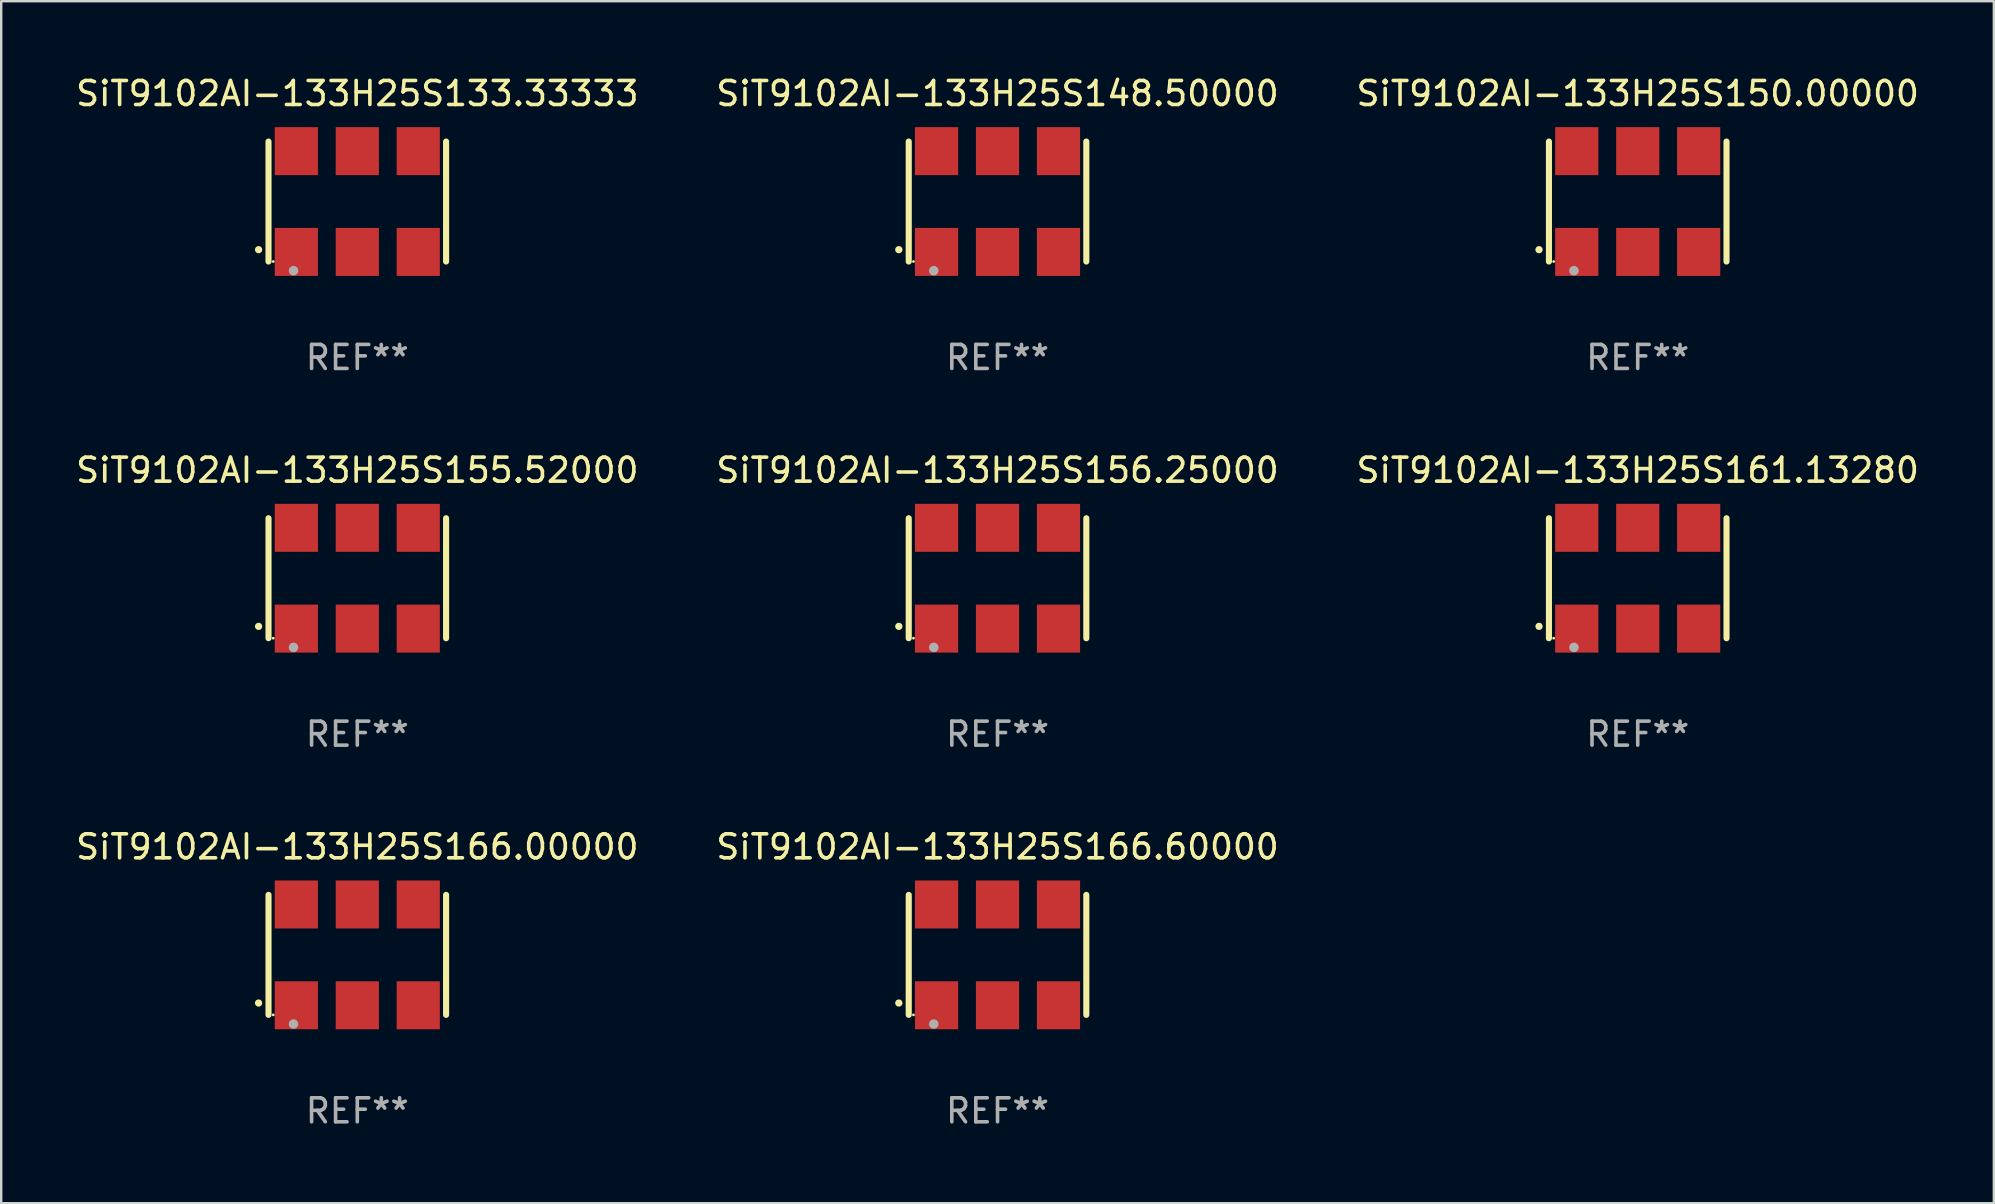
<source format=kicad_pcb>
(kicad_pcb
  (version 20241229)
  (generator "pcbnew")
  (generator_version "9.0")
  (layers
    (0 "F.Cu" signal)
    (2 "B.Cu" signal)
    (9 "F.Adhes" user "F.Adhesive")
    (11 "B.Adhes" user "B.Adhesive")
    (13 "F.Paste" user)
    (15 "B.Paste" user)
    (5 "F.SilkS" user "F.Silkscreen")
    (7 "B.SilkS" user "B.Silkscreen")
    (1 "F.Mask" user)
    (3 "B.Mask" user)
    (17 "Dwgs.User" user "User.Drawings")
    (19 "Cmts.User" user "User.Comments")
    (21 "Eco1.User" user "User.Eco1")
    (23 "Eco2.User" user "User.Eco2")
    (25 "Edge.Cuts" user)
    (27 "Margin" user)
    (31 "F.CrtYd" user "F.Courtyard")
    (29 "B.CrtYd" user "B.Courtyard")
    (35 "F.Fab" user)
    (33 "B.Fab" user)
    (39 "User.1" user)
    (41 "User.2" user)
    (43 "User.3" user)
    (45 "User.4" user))
  (footprint "SiT9102AI-133H25S133.33333"
    (layer "F.Cu")
    (at 11.839 5.348)
    (property "Reference" "SiT9102AI-133H25S133.33333" (at 0 -4.5 0) (layer "F.SilkS") (effects (font (size 1 1) (thickness 0.15))))
    (attr through_hole)
    (fp_line (start -3.7 -2.5) (end -3.7 2.5) (stroke (width 0.254) (type solid)) (layer "F.SilkS"))
    (fp_line (start 3.7 -2.5) (end 3.7 2.5) (stroke (width 0.254) (type solid)) (layer "F.SilkS"))
    (fp_arc (start -4.114415 2.006604) (mid -4.113145 2.006599) (end -4.111875 2.006604) (stroke (width 0.3) (type solid)) (layer "F.SilkS"))
    (fp_circle (center -3.502 2.5) (end -3.472 2.5) (stroke (width 0.06) (type solid)) (fill no) (layer "F.SilkS"))
    (fp_circle (center -2.657 2.882) (end -2.557 2.882) (stroke (width 0.2) (type solid)) (fill no) (layer "F.Fab"))
    (fp_text user "REF**" (at 0 6.5 0) (layer "F.Fab") (effects (font (size 1 1) (thickness 0.15))))
    (pad "1" smd rect (at -2.54 2.1) (size 1.8 2) (layers "F.Cu" "F.Mask" "F.Paste"))
    (pad "2" smd rect (at 0.000394 2.1) (size 1.8 2) (layers "F.Cu" "F.Mask" "F.Paste"))
    (pad "3" smd rect (at 2.54 2.1) (size 1.8 2) (layers "F.Cu" "F.Mask" "F.Paste"))
    (pad "4" smd rect (at 2.54 -2.1) (size 1.8 2) (layers "F.Cu" "F.Mask" "F.Paste"))
    (pad "5" smd rect (at 0.000394 -2.1) (size 1.8 2) (layers "F.Cu" "F.Mask" "F.Paste"))
    (pad "6" smd rect (at -2.54 -2.1) (size 1.8 2) (layers "F.Cu" "F.Mask" "F.Paste")))
  (footprint "SiT9102AI-133H25S166.00000"
    (layer "F.Cu")
    (at 11.839 36.741)
    (property "Reference" "SiT9102AI-133H25S166.00000" (at 0 -4.5 0) (layer "F.SilkS") (effects (font (size 1 1) (thickness 0.15))))
    (attr through_hole)
    (fp_line (start -3.7 -2.5) (end -3.7 2.5) (stroke (width 0.254) (type solid)) (layer "F.SilkS"))
    (fp_line (start 3.7 -2.5) (end 3.7 2.5) (stroke (width 0.254) (type solid)) (layer "F.SilkS"))
    (fp_arc (start -4.114415 2.006604) (mid -4.113145 2.006599) (end -4.111875 2.006604) (stroke (width 0.3) (type solid)) (layer "F.SilkS"))
    (fp_circle (center -3.502 2.5) (end -3.472 2.5) (stroke (width 0.06) (type solid)) (fill no) (layer "F.SilkS"))
    (fp_circle (center -2.657 2.882) (end -2.557 2.882) (stroke (width 0.2) (type solid)) (fill no) (layer "F.Fab"))
    (fp_text user "REF**" (at 0 6.5 0) (layer "F.Fab") (effects (font (size 1 1) (thickness 0.15))))
    (pad "1" smd rect (at -2.54 2.1) (size 1.8 2) (layers "F.Cu" "F.Mask" "F.Paste"))
    (pad "2" smd rect (at 0.000394 2.1) (size 1.8 2) (layers "F.Cu" "F.Mask" "F.Paste"))
    (pad "3" smd rect (at 2.54 2.1) (size 1.8 2) (layers "F.Cu" "F.Mask" "F.Paste"))
    (pad "4" smd rect (at 2.54 -2.1) (size 1.8 2) (layers "F.Cu" "F.Mask" "F.Paste"))
    (pad "5" smd rect (at 0.000394 -2.1) (size 1.8 2) (layers "F.Cu" "F.Mask" "F.Paste"))
    (pad "6" smd rect (at -2.54 -2.1) (size 1.8 2) (layers "F.Cu" "F.Mask" "F.Paste")))
  (footprint "SiT9102AI-133H25S148.50000"
    (layer "F.Cu")
    (at 38.518 5.348)
    (property "Reference" "SiT9102AI-133H25S148.50000" (at 0 -4.5 0) (layer "F.SilkS") (effects (font (size 1 1) (thickness 0.15))))
    (attr through_hole)
    (fp_line (start -3.7 -2.5) (end -3.7 2.5) (stroke (width 0.254) (type solid)) (layer "F.SilkS"))
    (fp_line (start 3.7 -2.5) (end 3.7 2.5) (stroke (width 0.254) (type solid)) (layer "F.SilkS"))
    (fp_arc (start -4.114415 2.006604) (mid -4.113145 2.006599) (end -4.111875 2.006604) (stroke (width 0.3) (type solid)) (layer "F.SilkS"))
    (fp_circle (center -3.502 2.5) (end -3.472 2.5) (stroke (width 0.06) (type solid)) (fill no) (layer "F.SilkS"))
    (fp_circle (center -2.657 2.882) (end -2.557 2.882) (stroke (width 0.2) (type solid)) (fill no) (layer "F.Fab"))
    (fp_text user "REF**" (at 0 6.5 0) (layer "F.Fab") (effects (font (size 1 1) (thickness 0.15))))
    (pad "1" smd rect (at -2.54 2.1) (size 1.8 2) (layers "F.Cu" "F.Mask" "F.Paste"))
    (pad "2" smd rect (at 0.000394 2.1) (size 1.8 2) (layers "F.Cu" "F.Mask" "F.Paste"))
    (pad "3" smd rect (at 2.54 2.1) (size 1.8 2) (layers "F.Cu" "F.Mask" "F.Paste"))
    (pad "4" smd rect (at 2.54 -2.1) (size 1.8 2) (layers "F.Cu" "F.Mask" "F.Paste"))
    (pad "5" smd rect (at 0.000394 -2.1) (size 1.8 2) (layers "F.Cu" "F.Mask" "F.Paste"))
    (pad "6" smd rect (at -2.54 -2.1) (size 1.8 2) (layers "F.Cu" "F.Mask" "F.Paste")))
  (footprint "SiT9102AI-133H25S150.00000"
    (layer "F.Cu")
    (at 65.196 5.348)
    (property "Reference" "SiT9102AI-133H25S150.00000" (at 0 -4.5 0) (layer "F.SilkS") (effects (font (size 1 1) (thickness 0.15))))
    (attr through_hole)
    (fp_line (start -3.7 -2.5) (end -3.7 2.5) (stroke (width 0.254) (type solid)) (layer "F.SilkS"))
    (fp_line (start 3.7 -2.5) (end 3.7 2.5) (stroke (width 0.254) (type solid)) (layer "F.SilkS"))
    (fp_arc (start -4.114415 2.006604) (mid -4.113145 2.006599) (end -4.111875 2.006604) (stroke (width 0.3) (type solid)) (layer "F.SilkS"))
    (fp_circle (center -3.502 2.5) (end -3.472 2.5) (stroke (width 0.06) (type solid)) (fill no) (layer "F.SilkS"))
    (fp_circle (center -2.657 2.882) (end -2.557 2.882) (stroke (width 0.2) (type solid)) (fill no) (layer "F.Fab"))
    (fp_text user "REF**" (at 0 6.5 0) (layer "F.Fab") (effects (font (size 1 1) (thickness 0.15))))
    (pad "1" smd rect (at -2.54 2.1) (size 1.8 2) (layers "F.Cu" "F.Mask" "F.Paste"))
    (pad "2" smd rect (at 0.000394 2.1) (size 1.8 2) (layers "F.Cu" "F.Mask" "F.Paste"))
    (pad "3" smd rect (at 2.54 2.1) (size 1.8 2) (layers "F.Cu" "F.Mask" "F.Paste"))
    (pad "4" smd rect (at 2.54 -2.1) (size 1.8 2) (layers "F.Cu" "F.Mask" "F.Paste"))
    (pad "5" smd rect (at 0.000394 -2.1) (size 1.8 2) (layers "F.Cu" "F.Mask" "F.Paste"))
    (pad "6" smd rect (at -2.54 -2.1) (size 1.8 2) (layers "F.Cu" "F.Mask" "F.Paste")))
  (footprint "SiT9102AI-133H25S155.52000"
    (layer "F.Cu")
    (at 11.839 21.045)
    (property "Reference" "SiT9102AI-133H25S155.52000" (at 0 -4.5 0) (layer "F.SilkS") (effects (font (size 1 1) (thickness 0.15))))
    (attr through_hole)
    (fp_line (start -3.7 -2.5) (end -3.7 2.5) (stroke (width 0.254) (type solid)) (layer "F.SilkS"))
    (fp_line (start 3.7 -2.5) (end 3.7 2.5) (stroke (width 0.254) (type solid)) (layer "F.SilkS"))
    (fp_arc (start -4.114415 2.006604) (mid -4.113145 2.006599) (end -4.111875 2.006604) (stroke (width 0.3) (type solid)) (layer "F.SilkS"))
    (fp_circle (center -3.502 2.5) (end -3.472 2.5) (stroke (width 0.06) (type solid)) (fill no) (layer "F.SilkS"))
    (fp_circle (center -2.657 2.882) (end -2.557 2.882) (stroke (width 0.2) (type solid)) (fill no) (layer "F.Fab"))
    (fp_text user "REF**" (at 0 6.5 0) (layer "F.Fab") (effects (font (size 1 1) (thickness 0.15))))
    (pad "1" smd rect (at -2.54 2.1) (size 1.8 2) (layers "F.Cu" "F.Mask" "F.Paste"))
    (pad "2" smd rect (at 0.000394 2.1) (size 1.8 2) (layers "F.Cu" "F.Mask" "F.Paste"))
    (pad "3" smd rect (at 2.54 2.1) (size 1.8 2) (layers "F.Cu" "F.Mask" "F.Paste"))
    (pad "4" smd rect (at 2.54 -2.1) (size 1.8 2) (layers "F.Cu" "F.Mask" "F.Paste"))
    (pad "5" smd rect (at 0.000394 -2.1) (size 1.8 2) (layers "F.Cu" "F.Mask" "F.Paste"))
    (pad "6" smd rect (at -2.54 -2.1) (size 1.8 2) (layers "F.Cu" "F.Mask" "F.Paste")))
  (footprint "SiT9102AI-133H25S161.13280"
    (layer "F.Cu")
    (at 65.196 21.045)
    (property "Reference" "SiT9102AI-133H25S161.13280" (at 0 -4.5 0) (layer "F.SilkS") (effects (font (size 1 1) (thickness 0.15))))
    (attr through_hole)
    (fp_line (start -3.7 -2.5) (end -3.7 2.5) (stroke (width 0.254) (type solid)) (layer "F.SilkS"))
    (fp_line (start 3.7 -2.5) (end 3.7 2.5) (stroke (width 0.254) (type solid)) (layer "F.SilkS"))
    (fp_arc (start -4.114415 2.006604) (mid -4.113145 2.006599) (end -4.111875 2.006604) (stroke (width 0.3) (type solid)) (layer "F.SilkS"))
    (fp_circle (center -3.502 2.5) (end -3.472 2.5) (stroke (width 0.06) (type solid)) (fill no) (layer "F.SilkS"))
    (fp_circle (center -2.657 2.882) (end -2.557 2.882) (stroke (width 0.2) (type solid)) (fill no) (layer "F.Fab"))
    (fp_text user "REF**" (at 0 6.5 0) (layer "F.Fab") (effects (font (size 1 1) (thickness 0.15))))
    (pad "1" smd rect (at -2.54 2.1) (size 1.8 2) (layers "F.Cu" "F.Mask" "F.Paste"))
    (pad "2" smd rect (at 0.000394 2.1) (size 1.8 2) (layers "F.Cu" "F.Mask" "F.Paste"))
    (pad "3" smd rect (at 2.54 2.1) (size 1.8 2) (layers "F.Cu" "F.Mask" "F.Paste"))
    (pad "4" smd rect (at 2.54 -2.1) (size 1.8 2) (layers "F.Cu" "F.Mask" "F.Paste"))
    (pad "5" smd rect (at 0.000394 -2.1) (size 1.8 2) (layers "F.Cu" "F.Mask" "F.Paste"))
    (pad "6" smd rect (at -2.54 -2.1) (size 1.8 2) (layers "F.Cu" "F.Mask" "F.Paste")))
  (footprint "SiT9102AI-133H25S166.60000"
    (layer "F.Cu")
    (at 38.518 36.741)
    (property "Reference" "SiT9102AI-133H25S166.60000" (at 0 -4.5 0) (layer "F.SilkS") (effects (font (size 1 1) (thickness 0.15))))
    (attr through_hole)
    (fp_line (start -3.7 -2.5) (end -3.7 2.5) (stroke (width 0.254) (type solid)) (layer "F.SilkS"))
    (fp_line (start 3.7 -2.5) (end 3.7 2.5) (stroke (width 0.254) (type solid)) (layer "F.SilkS"))
    (fp_arc (start -4.114415 2.006604) (mid -4.113145 2.006599) (end -4.111875 2.006604) (stroke (width 0.3) (type solid)) (layer "F.SilkS"))
    (fp_circle (center -3.502 2.5) (end -3.472 2.5) (stroke (width 0.06) (type solid)) (fill no) (layer "F.SilkS"))
    (fp_circle (center -2.657 2.882) (end -2.557 2.882) (stroke (width 0.2) (type solid)) (fill no) (layer "F.Fab"))
    (fp_text user "REF**" (at 0 6.5 0) (layer "F.Fab") (effects (font (size 1 1) (thickness 0.15))))
    (pad "1" smd rect (at -2.54 2.1) (size 1.8 2) (layers "F.Cu" "F.Mask" "F.Paste"))
    (pad "2" smd rect (at 0.000394 2.1) (size 1.8 2) (layers "F.Cu" "F.Mask" "F.Paste"))
    (pad "3" smd rect (at 2.54 2.1) (size 1.8 2) (layers "F.Cu" "F.Mask" "F.Paste"))
    (pad "4" smd rect (at 2.54 -2.1) (size 1.8 2) (layers "F.Cu" "F.Mask" "F.Paste"))
    (pad "5" smd rect (at 0.000394 -2.1) (size 1.8 2) (layers "F.Cu" "F.Mask" "F.Paste"))
    (pad "6" smd rect (at -2.54 -2.1) (size 1.8 2) (layers "F.Cu" "F.Mask" "F.Paste")))
  (footprint "SiT9102AI-133H25S156.25000"
    (layer "F.Cu")
    (at 38.518 21.045)
    (property "Reference" "SiT9102AI-133H25S156.25000" (at 0 -4.5 0) (layer "F.SilkS") (effects (font (size 1 1) (thickness 0.15))))
    (attr through_hole)
    (fp_line (start -3.7 -2.5) (end -3.7 2.5) (stroke (width 0.254) (type solid)) (layer "F.SilkS"))
    (fp_line (start 3.7 -2.5) (end 3.7 2.5) (stroke (width 0.254) (type solid)) (layer "F.SilkS"))
    (fp_arc (start -4.114415 2.006604) (mid -4.113145 2.006599) (end -4.111875 2.006604) (stroke (width 0.3) (type solid)) (layer "F.SilkS"))
    (fp_circle (center -3.502 2.5) (end -3.472 2.5) (stroke (width 0.06) (type solid)) (fill no) (layer "F.SilkS"))
    (fp_circle (center -2.657 2.882) (end -2.557 2.882) (stroke (width 0.2) (type solid)) (fill no) (layer "F.Fab"))
    (fp_text user "REF**" (at 0 6.5 0) (layer "F.Fab") (effects (font (size 1 1) (thickness 0.15))))
    (pad "1" smd rect (at -2.54 2.1) (size 1.8 2) (layers "F.Cu" "F.Mask" "F.Paste"))
    (pad "2" smd rect (at 0.000394 2.1) (size 1.8 2) (layers "F.Cu" "F.Mask" "F.Paste"))
    (pad "3" smd rect (at 2.54 2.1) (size 1.8 2) (layers "F.Cu" "F.Mask" "F.Paste"))
    (pad "4" smd rect (at 2.54 -2.1) (size 1.8 2) (layers "F.Cu" "F.Mask" "F.Paste"))
    (pad "5" smd rect (at 0.000394 -2.1) (size 1.8 2) (layers "F.Cu" "F.Mask" "F.Paste"))
    (pad "6" smd rect (at -2.54 -2.1) (size 1.8 2) (layers "F.Cu" "F.Mask" "F.Paste")))
  (gr_rect
    (start -3 -3)
    (end 80.036 47.09)
    (stroke (width 0.1) (type default))
    (fill no)
    (layer "Edge.Cuts")))
</source>
